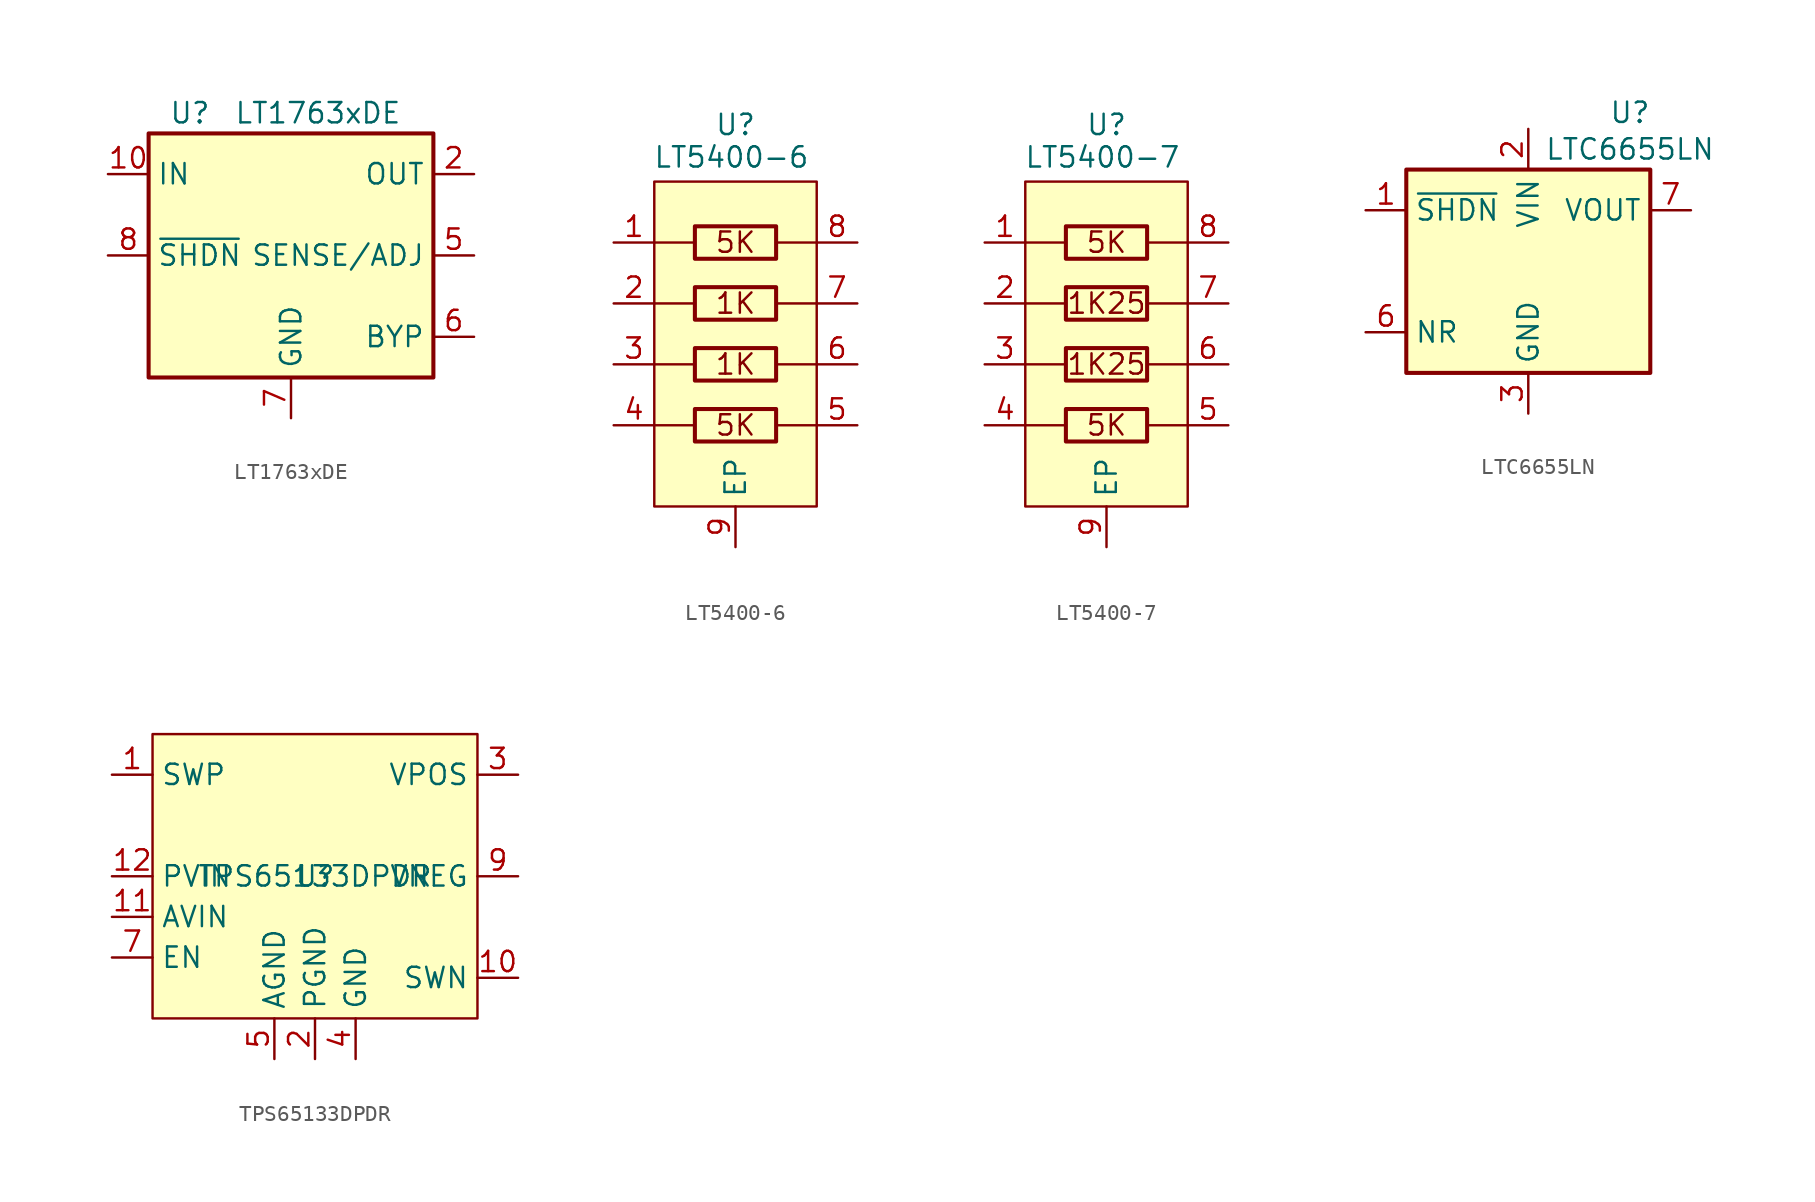
<source format=kicad_sym>
(kicad_symbol_lib
  (version 20231120)
  (generator "kicad_symbol_editor")
  (generator_version "8.0")
  (symbol "LT1763xDE"
    (property "Reference" "U"
      (at -7.62 8.89 0)
      (effects (font (size 1.27 1.27)) (justify left)))
    (property "Value" "LT1763xDE"
      (at -3.556 8.89 0)
      (effects (font (size 1.27 1.27)) (justify left)))
    (symbol "LT1763xDE_0_0"
      (pin passive line (at -11.43 5.08 0) (length 2.54) (name "IN" (effects (font (size 1.27 1.27)))) (number "10" (effects (font (size 1.27 1.27)))))
      (pin passive line (at 11.43 5.08 180) (length 2.54) (name "OUT" (effects (font (size 1.27 1.27)))) (number "2" (effects (font (size 1.27 1.27)))))
      (pin passive line (at 11.43 -5.08 180) (length 2.54) (name "BYP" (effects (font (size 1.27 1.27)))) (number "6" (effects (font (size 1.27 1.27)))))
      (pin passive line (at 0 -10.16 90) (length 2.54) (name "GND" (effects (font (size 1.27 1.27)))) (number "7" (effects (font (size 1.27 1.27)))))
      (pin passive line (at -11.43 0 0) (length 2.54) (name "~{SHDN}" (effects (font (size 1.27 1.27)))) (number "8" (effects (font (size 1.27 1.27))))))
    (symbol "LT1763xDE_0_1"
      (rectangle (start -8.89 7.62) (end 8.89 -7.62) (stroke (width 0.254) (type default)) (fill (type background))))
    (symbol "LT1763xDE_1_0"
      (pin no_connect line (at 5.08 -7.62 90) (length 2.54) hide (name "NC" (effects (font (size 1.27 1.27)))) (number "1" (effects (font (size 1.27 1.27)))))
      (pin passive line (at -11.43 5.08 0) (length 2.54) hide (name "IN" (effects (font (size 1.27 1.27)))) (number "11" (effects (font (size 1.27 1.27)))))
      (pin no_connect line (at -2.54 -7.62 90) (length 2.54) hide (name "NC" (effects (font (size 1.27 1.27)))) (number "12" (effects (font (size 1.27 1.27)))))
      (pin passive line (at 0 -10.16 90) (length 2.54) hide (name "GND" (effects (font (size 1.27 1.27)))) (number "13" (effects (font (size 1.27 1.27)))))
      (pin passive line (at 11.43 5.08 180) (length 2.54) hide (name "OUT" (effects (font (size 1.27 1.27)))) (number "3" (effects (font (size 1.27 1.27)))))
      (pin no_connect line (at -6.35 -7.62 90) (length 2.54) hide (name "NC" (effects (font (size 1.27 1.27)))) (number "4" (effects (font (size 1.27 1.27)))))
      (pin passive line (at 11.43 0 180) (length 2.54) (name "SENSE/ADJ" (effects (font (size 1.27 1.27)))) (number "5" (effects (font (size 1.27 1.27)))))
      (pin no_connect line (at 2.54 -7.62 90) (length 2.54) hide (name "NC" (effects (font (size 1.27 1.27)))) (number "9" (effects (font (size 1.27 1.27)))))))
  (symbol "LT5400-6"
    (property "Reference" "U"
      (at 0 13.716 0)
      (effects (font (size 1.27 1.27))))
    (property "Value" "LT5400-6"
      (at -0.254 11.684 0)
      (effects (font (size 1.27 1.27))))
    (symbol "LT5400-6_0_0"
      (pin passive line (at -7.62 6.35 0) (length 2.54) (name "" (effects (font (size 1.27 1.27)))) (number "1" (effects (font (size 1.27 1.27)))))
      (pin passive line (at -7.62 2.54 0) (length 2.54) (name "" (effects (font (size 1.27 1.27)))) (number "2" (effects (font (size 1.27 1.27)))))
      (pin passive line (at -7.62 -1.27 0) (length 2.54) (name "" (effects (font (size 1.27 1.27)))) (number "3" (effects (font (size 1.27 1.27)))))
      (pin passive line (at -7.62 -5.08 0) (length 2.54) (name "" (effects (font (size 1.27 1.27)))) (number "4" (effects (font (size 1.27 1.27)))))
      (pin passive line (at 7.62 -5.08 180) (length 2.54) (name "" (effects (font (size 1.27 1.27)))) (number "5" (effects (font (size 1.27 1.27)))))
      (pin passive line (at 7.62 -1.27 180) (length 2.54) (name "" (effects (font (size 1.27 1.27)))) (number "6" (effects (font (size 1.27 1.27)))))
      (pin passive line (at 7.62 2.54 180) (length 2.54) (name "" (effects (font (size 1.27 1.27)))) (number "7" (effects (font (size 1.27 1.27)))))
      (pin passive line (at 7.62 6.35 180) (length 2.54) (name "" (effects (font (size 1.27 1.27)))) (number "8" (effects (font (size 1.27 1.27)))))
      (pin passive line (at 0 -12.7 90) (length 2.54) (name "EP" (effects (font (size 1.27 1.27)))) (number "9" (effects (font (size 1.27 1.27))))))
    (symbol "LT5400-6_0_1"
      (rectangle (start -2.54 -4.064) (end 2.54 -6.096) (stroke (width 0.254) (type default)) (fill (type none)))
      (rectangle (start -2.54 -0.254) (end 2.54 -2.286) (stroke (width 0.254) (type default)) (fill (type none)))
      (rectangle (start -2.54 3.556) (end 2.54 1.524) (stroke (width 0.254) (type default)) (fill (type none)))
      (rectangle (start -2.54 7.366) (end 2.54 5.334) (stroke (width 0.254) (type default)) (fill (type none))))
    (symbol "LT5400-6_1_1"
      (rectangle (start -5.08 10.16) (end 5.08 -10.16) (stroke (width 0) (type default)) (fill (type background)))
      (polyline (pts (xy -5.08 -5.08) (xy -2.54 -5.08)) (stroke (width 0) (type default)) (fill (type none)))
      (polyline (pts (xy -5.08 -1.27) (xy -2.54 -1.27)) (stroke (width 0) (type default)) (fill (type none)))
      (polyline (pts (xy -5.08 2.54) (xy -2.54 2.54)) (stroke (width 0) (type default)) (fill (type none)))
      (polyline (pts (xy -5.08 6.35) (xy -2.54 6.35)) (stroke (width 0) (type default)) (fill (type none)))
      (polyline (pts (xy 2.54 -5.08) (xy 5.08 -5.08)) (stroke (width 0) (type default)) (fill (type none)))
      (polyline (pts (xy 2.54 -1.27) (xy 5.08 -1.27)) (stroke (width 0) (type default)) (fill (type none)))
      (polyline (pts (xy 2.54 2.54) (xy 5.08 2.54)) (stroke (width 0) (type default)) (fill (type none)))
      (polyline (pts (xy 2.54 6.35) (xy 5.08 6.35)) (stroke (width 0) (type default)) (fill (type none)))
      (text "1K" (at 0 -1.27 0) (effects (font (size 1.27 1.27))))
      (text "1K" (at 0 2.54 0) (effects (font (size 1.27 1.27))))
      (text "5K" (at 0 -5.08 0) (effects (font (size 1.27 1.27))))
      (text "5K" (at 0 6.35 0) (effects (font (size 1.27 1.27))))))
  (symbol "LT5400-7"
    (property "Reference" "U"
      (at 0 13.716 0)
      (effects (font (size 1.27 1.27))))
    (property "Value" "LT5400-7"
      (at -0.254 11.684 0)
      (effects (font (size 1.27 1.27))))
    (symbol "LT5400-7_0_0"
      (pin passive line (at -7.62 6.35 0) (length 2.54) (name "" (effects (font (size 1.27 1.27)))) (number "1" (effects (font (size 1.27 1.27)))))
      (pin passive line (at -7.62 2.54 0) (length 2.54) (name "" (effects (font (size 1.27 1.27)))) (number "2" (effects (font (size 1.27 1.27)))))
      (pin passive line (at -7.62 -1.27 0) (length 2.54) (name "" (effects (font (size 1.27 1.27)))) (number "3" (effects (font (size 1.27 1.27)))))
      (pin passive line (at -7.62 -5.08 0) (length 2.54) (name "" (effects (font (size 1.27 1.27)))) (number "4" (effects (font (size 1.27 1.27)))))
      (pin passive line (at 7.62 -5.08 180) (length 2.54) (name "" (effects (font (size 1.27 1.27)))) (number "5" (effects (font (size 1.27 1.27)))))
      (pin passive line (at 7.62 -1.27 180) (length 2.54) (name "" (effects (font (size 1.27 1.27)))) (number "6" (effects (font (size 1.27 1.27)))))
      (pin passive line (at 7.62 2.54 180) (length 2.54) (name "" (effects (font (size 1.27 1.27)))) (number "7" (effects (font (size 1.27 1.27)))))
      (pin passive line (at 7.62 6.35 180) (length 2.54) (name "" (effects (font (size 1.27 1.27)))) (number "8" (effects (font (size 1.27 1.27)))))
      (pin passive line (at 0 -12.7 90) (length 2.54) (name "EP" (effects (font (size 1.27 1.27)))) (number "9" (effects (font (size 1.27 1.27))))))
    (symbol "LT5400-7_0_1"
      (rectangle (start -2.54 -4.064) (end 2.54 -6.096) (stroke (width 0.254) (type default)) (fill (type none)))
      (rectangle (start -2.54 -0.254) (end 2.54 -2.286) (stroke (width 0.254) (type default)) (fill (type none)))
      (rectangle (start -2.54 3.556) (end 2.54 1.524) (stroke (width 0.254) (type default)) (fill (type none)))
      (rectangle (start -2.54 7.366) (end 2.54 5.334) (stroke (width 0.254) (type default)) (fill (type none))))
    (symbol "LT5400-7_1_1"
      (rectangle (start -5.08 10.16) (end 5.08 -10.16) (stroke (width 0) (type default)) (fill (type background)))
      (polyline (pts (xy -5.08 -5.08) (xy -2.54 -5.08)) (stroke (width 0) (type default)) (fill (type none)))
      (polyline (pts (xy -5.08 -1.27) (xy -2.54 -1.27)) (stroke (width 0) (type default)) (fill (type none)))
      (polyline (pts (xy -5.08 2.54) (xy -2.54 2.54)) (stroke (width 0) (type default)) (fill (type none)))
      (polyline (pts (xy -5.08 6.35) (xy -2.54 6.35)) (stroke (width 0) (type default)) (fill (type none)))
      (polyline (pts (xy 2.54 -5.08) (xy 5.08 -5.08)) (stroke (width 0) (type default)) (fill (type none)))
      (polyline (pts (xy 2.54 -1.27) (xy 5.08 -1.27)) (stroke (width 0) (type default)) (fill (type none)))
      (polyline (pts (xy 2.54 2.54) (xy 5.08 2.54)) (stroke (width 0) (type default)) (fill (type none)))
      (polyline (pts (xy 2.54 6.35) (xy 5.08 6.35)) (stroke (width 0) (type default)) (fill (type none)))
      (text "1K25" (at 0 -1.27 0) (effects (font (size 1.27 1.27))))
      (text "1K25" (at 0 2.54 0) (effects (font (size 1.27 1.27))))
      (text "5K" (at 0 -5.08 0) (effects (font (size 1.27 1.27))))
      (text "5K" (at 0 6.35 0) (effects (font (size 1.27 1.27))))))
  (symbol "LTC6655LN"
    (property "Reference" "U"
      (at 6.35 9.906 0)
      (effects (font (size 1.27 1.27))))
    (property "Value" "LTC6655LN"
      (at 6.35 7.62 0)
      (effects (font (size 1.27 1.27))))
    (symbol "LTC6655LN_0_0"
      (pin passive line (at -10.16 3.81 0) (length 2.54) (name "~{SHDN}" (effects (font (size 1.27 1.27)))) (number "1" (effects (font (size 1.27 1.27)))))
      (pin passive line (at 0 8.89 270) (length 2.54) (name "VIN" (effects (font (size 1.27 1.27)))) (number "2" (effects (font (size 1.27 1.27)))))
      (pin passive line (at 0 -8.89 90) (length 2.54) (name "GND" (effects (font (size 1.27 1.27)))) (number "3" (effects (font (size 1.27 1.27)))))
      (pin passive line (at -10.16 -3.81 0) (length 2.54) (name "NR" (effects (font (size 1.27 1.27)))) (number "6" (effects (font (size 1.27 1.27)))))
      (pin passive line (at 10.16 3.81 180) (length 2.54) (name "VOUT" (effects (font (size 1.27 1.27)))) (number "7" (effects (font (size 1.27 1.27))))))
    (symbol "LTC6655LN_0_1"
      (rectangle (start -7.62 6.35) (end 7.62 -6.35) (stroke (width 0.254) (type default)) (fill (type background))))
    (symbol "LTC6655LN_1_0"
      (pin passive line (at 0 -8.89 90) (length 2.54) hide (name "GND" (effects (font (size 1.27 1.27)))) (number "4" (effects (font (size 1.27 1.27)))))
      (pin passive line (at 0 -8.89 90) (length 2.54) hide (name "GND" (effects (font (size 1.27 1.27)))) (number "5" (effects (font (size 1.27 1.27)))))
      (pin passive line (at 0 -8.89 90) (length 2.54) hide (name "GND" (effects (font (size 1.27 1.27)))) (number "8" (effects (font (size 1.27 1.27)))))))
  (symbol "TPS65133DPDR"
    (property "Reference" "U"
      (at 0 0 0)
      (effects (font (size 1.27 1.27))))
    (property "Value" "TPS65133DPDR"
      (at 0 0 0)
      (effects (font (size 1.27 1.27))))
    (symbol "TPS65133DPDR_0_0"
      (pin passive line (at -12.7 6.35 0) (length 2.54) (name "SWP" (effects (font (size 1.27 1.27)))) (number "1" (effects (font (size 1.27 1.27)))))
      (pin passive line (at 12.7 -6.35 180) (length 2.54) (name "SWN" (effects (font (size 1.27 1.27)))) (number "10" (effects (font (size 1.27 1.27)))))
      (pin passive line (at -12.7 -2.54 0) (length 2.54) (name "AVIN" (effects (font (size 1.27 1.27)))) (number "11" (effects (font (size 1.27 1.27)))))
      (pin passive line (at -12.7 0 0) (length 2.54) (name "PVIN" (effects (font (size 1.27 1.27)))) (number "12" (effects (font (size 1.27 1.27)))))
      (pin passive line (at 0 -11.43 90) (length 2.54) (name "PGND" (effects (font (size 1.27 1.27)))) (number "2" (effects (font (size 1.27 1.27)))))
      (pin passive line (at 2.54 -11.43 90) (length 2.54) (name "GND" (effects (font (size 1.27 1.27)))) (number "4" (effects (font (size 1.27 1.27)))))
      (pin passive line (at -2.54 -11.43 90) (length 2.54) (name "AGND" (effects (font (size 1.27 1.27)))) (number "5" (effects (font (size 1.27 1.27)))))
      (pin passive line (at -12.7 -5.08 0) (length 2.54) (name "EN" (effects (font (size 1.27 1.27)))) (number "7" (effects (font (size 1.27 1.27))))))
    (symbol "TPS65133DPDR_1_0"
      (pin passive line (at 2.54 -11.43 90) (length 2.54) hide (name "EP" (effects (font (size 1.27 1.27)))) (number "13" (effects (font (size 1.27 1.27)))))
      (pin power_out line (at 12.7 6.35 180) (length 2.54) (name "VPOS" (effects (font (size 1.27 1.27)))) (number "3" (effects (font (size 1.27 1.27)))))
      (pin passive line (at 2.54 -11.43 90) (length 2.54) hide (name "GND" (effects (font (size 1.27 1.27)))) (number "6" (effects (font (size 1.27 1.27)))))
      (pin passive line (at 2.54 -11.43 90) (length 2.54) hide (name "GND" (effects (font (size 1.27 1.27)))) (number "8" (effects (font (size 1.27 1.27)))))
      (pin power_out line (at 12.7 0 180) (length 2.54) (name "VNEG" (effects (font (size 1.27 1.27)))) (number "9" (effects (font (size 1.27 1.27))))))
    (symbol "TPS65133DPDR_1_1"
      (rectangle (start -10.16 8.89) (end 10.16 -8.89) (stroke (width 0) (type default)) (fill (type background))))))
</source>
